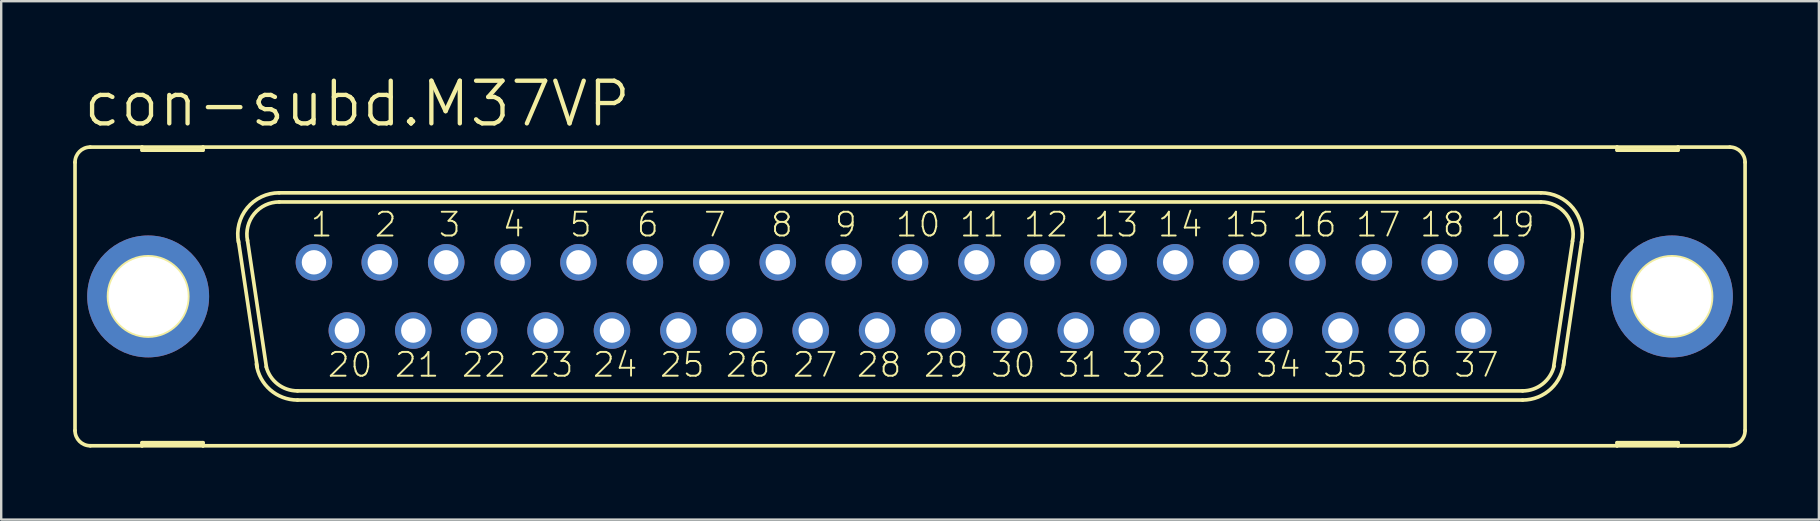
<source format=kicad_pcb>
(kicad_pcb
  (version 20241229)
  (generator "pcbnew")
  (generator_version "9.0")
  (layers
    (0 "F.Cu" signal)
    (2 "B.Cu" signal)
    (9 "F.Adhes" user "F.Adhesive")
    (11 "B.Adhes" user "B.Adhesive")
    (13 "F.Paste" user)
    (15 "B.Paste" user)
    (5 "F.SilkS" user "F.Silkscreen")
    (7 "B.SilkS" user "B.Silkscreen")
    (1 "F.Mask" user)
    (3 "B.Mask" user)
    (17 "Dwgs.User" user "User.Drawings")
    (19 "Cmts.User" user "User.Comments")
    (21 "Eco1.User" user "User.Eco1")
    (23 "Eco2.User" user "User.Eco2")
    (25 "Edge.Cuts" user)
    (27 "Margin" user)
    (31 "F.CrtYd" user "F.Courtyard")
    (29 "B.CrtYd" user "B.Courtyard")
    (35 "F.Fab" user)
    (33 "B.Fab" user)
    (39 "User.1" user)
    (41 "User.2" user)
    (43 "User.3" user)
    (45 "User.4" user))
  (footprint "con-subd.M37VP"
    (layer "F.Cu")
    (at 34.874 9.303)
    (property "Reference" "con-subd.M37VP" (at -34.544 -6.985 0) (layer "F.SilkS") (effects (font (size 1.778 1.778) (thickness 0.18)) (justify left bottom)))
    (attr through_hole)
    (fp_line (start -34.798 -5.588) (end -34.798 5.588) (stroke (width 0.152) (type default)) (layer "F.SilkS"))
    (fp_line (start -34.163 6.223) (end -32.004 6.223) (stroke (width 0.152) (type default)) (layer "F.SilkS"))
    (fp_line (start -32.004 -6.223) (end -34.163 -6.223) (stroke (width 0.152) (type default)) (layer "F.SilkS"))
    (fp_line (start -32.004 -6.223) (end -32.004 -6.096) (stroke (width 0.152) (type default)) (layer "F.SilkS"))
    (fp_line (start -32.004 -6.096) (end -29.464 -6.096) (stroke (width 0.152) (type default)) (layer "F.SilkS"))
    (fp_line (start -32.004 6.096) (end -29.464 6.096) (stroke (width 0.152) (type default)) (layer "F.SilkS"))
    (fp_line (start -32.004 6.223) (end -32.004 6.096) (stroke (width 0.152) (type default)) (layer "F.SilkS"))
    (fp_line (start -32.004 6.223) (end -29.464 6.223) (stroke (width 0.152) (type default)) (layer "F.SilkS"))
    (fp_line (start -29.464 -6.223) (end -32.004 -6.223) (stroke (width 0.152) (type default)) (layer "F.SilkS"))
    (fp_line (start -29.464 -6.096) (end -29.464 -6.223) (stroke (width 0.152) (type default)) (layer "F.SilkS"))
    (fp_line (start -29.464 6.096) (end -29.464 6.223) (stroke (width 0.152) (type default)) (layer "F.SilkS"))
    (fp_line (start -29.464 6.223) (end 29.464 6.223) (stroke (width 0.152) (type default)) (layer "F.SilkS"))
    (fp_line (start -27.203 2.946) (end -27.991 -2.337) (stroke (width 0.152) (type default)) (layer "F.SilkS"))
    (fp_line (start -26.822 2.946) (end -27.61 -2.337) (stroke (width 0.152) (type default)) (layer "F.SilkS"))
    (fp_line (start -26.289 -4.318) (end 26.289 -4.318) (stroke (width 0.152) (type default)) (layer "F.SilkS"))
    (fp_line (start -26.289 -3.937) (end 26.289 -3.937) (stroke (width 0.152) (type default)) (layer "F.SilkS"))
    (fp_line (start -25.527 3.937) (end 25.527 3.937) (stroke (width 0.152) (type default)) (layer "F.SilkS"))
    (fp_line (start -25.527 4.318) (end 25.527 4.318) (stroke (width 0.152) (type default)) (layer "F.SilkS"))
    (fp_line (start 27.61 -2.311) (end 26.822 2.921) (stroke (width 0.152) (type default)) (layer "F.SilkS"))
    (fp_line (start 27.991 -2.311) (end 27.229 2.87) (stroke (width 0.152) (type default)) (layer "F.SilkS"))
    (fp_line (start 29.464 -6.223) (end -29.464 -6.223) (stroke (width 0.152) (type default)) (layer "F.SilkS"))
    (fp_line (start 29.464 -6.223) (end 29.464 -6.096) (stroke (width 0.152) (type default)) (layer "F.SilkS"))
    (fp_line (start 29.464 -6.096) (end 32.004 -6.096) (stroke (width 0.152) (type default)) (layer "F.SilkS"))
    (fp_line (start 29.464 6.096) (end 32.004 6.096) (stroke (width 0.152) (type default)) (layer "F.SilkS"))
    (fp_line (start 29.464 6.223) (end 29.464 6.096) (stroke (width 0.152) (type default)) (layer "F.SilkS"))
    (fp_line (start 29.464 6.223) (end 32.004 6.223) (stroke (width 0.152) (type default)) (layer "F.SilkS"))
    (fp_line (start 32.004 -6.223) (end 29.464 -6.223) (stroke (width 0.152) (type default)) (layer "F.SilkS"))
    (fp_line (start 32.004 -6.096) (end 32.004 -6.223) (stroke (width 0.152) (type default)) (layer "F.SilkS"))
    (fp_line (start 32.004 6.096) (end 32.004 6.223) (stroke (width 0.152) (type default)) (layer "F.SilkS"))
    (fp_line (start 32.004 6.223) (end 34.163 6.223) (stroke (width 0.152) (type default)) (layer "F.SilkS"))
    (fp_line (start 34.163 -6.223) (end 32.004 -6.223) (stroke (width 0.152) (type default)) (layer "F.SilkS"))
    (fp_line (start 34.798 -5.588) (end 34.798 5.588) (stroke (width 0.152) (type default)) (layer "F.SilkS"))
    (fp_arc (start -34.798 -5.588) (mid -34.612013 -6.037013) (end -34.163 -6.223) (stroke (width 0.1524) (type default)) (layer "F.SilkS"))
    (fp_arc (start -34.163 6.223) (mid -34.612013 6.037013) (end -34.798 5.588) (stroke (width 0.1524) (type default)) (layer "F.SilkS"))
    (fp_arc (start -27.9827 -2.2521) (mid -27.624717 -3.685841) (end -26.289 -4.318) (stroke (width 0.1524) (type default)) (layer "F.SilkS"))
    (fp_arc (start -27.6091 -2.3268) (mid -27.330082 -3.444284) (end -26.289 -3.937) (stroke (width 0.1524) (type default)) (layer "F.SilkS"))
    (fp_arc (start -25.527 3.937) (mid -26.3505 3.655746) (end -26.8299 2.9295) (stroke (width 0.1524) (type default)) (layer "F.SilkS"))
    (fp_arc (start -25.527 4.318) (mid -26.664711 3.890312) (end -27.239 2.8191) (stroke (width 0.1524) (type default)) (layer "F.SilkS"))
    (fp_arc (start 26.289 -4.318) (mid 27.624812 -3.685867) (end 27.983 -2.2521) (stroke (width 0.1524) (type default)) (layer "F.SilkS"))
    (fp_arc (start 26.289 -3.937) (mid 27.337556 -3.435184) (end 27.6045 -2.3038) (stroke (width 0.1524) (type default)) (layer "F.SilkS"))
    (fp_arc (start 26.8357 2.905) (mid 26.360256 3.647874) (end 25.527 3.937) (stroke (width 0.1524) (type default)) (layer "F.SilkS"))
    (fp_arc (start 27.2513 2.6849) (mid 26.714366 3.844828) (end 25.527 4.318) (stroke (width 0.1524) (type default)) (layer "F.SilkS"))
    (fp_arc (start 34.163 -6.223) (mid 34.612013 -6.037013) (end 34.798 -5.588) (stroke (width 0.1524) (type default)) (layer "F.SilkS"))
    (fp_arc (start 34.798 5.588) (mid 34.612013 6.037013) (end 34.163 6.223) (stroke (width 0.1524) (type default)) (layer "F.SilkS"))
    (fp_circle (center -31.75 0) (end -30.099 0) (stroke (width 0.152) (type default)) (fill no) (layer "F.SilkS"))
    (fp_circle (center 31.75 0) (end 33.401 0) (stroke (width 0.152) (type default)) (fill no) (layer "F.SilkS"))
    (fp_circle (center -24.841 -1.422) (end -24.587 -1.422) (stroke (width 0.406) (type default)) (fill no) (layer "F.Fab"))
    (fp_circle (center -23.47 1.422) (end -23.216 1.422) (stroke (width 0.406) (type default)) (fill no) (layer "F.Fab"))
    (fp_circle (center -22.073 -1.422) (end -21.819 -1.422) (stroke (width 0.406) (type default)) (fill no) (layer "F.Fab"))
    (fp_circle (center -20.701 1.422) (end -20.447 1.422) (stroke (width 0.406) (type default)) (fill no) (layer "F.Fab"))
    (fp_circle (center -19.329 -1.422) (end -19.075 -1.422) (stroke (width 0.406) (type default)) (fill no) (layer "F.Fab"))
    (fp_circle (center -17.932 1.422) (end -17.678 1.422) (stroke (width 0.406) (type default)) (fill no) (layer "F.Fab"))
    (fp_circle (center -16.561 -1.422) (end -16.307 -1.422) (stroke (width 0.406) (type default)) (fill no) (layer "F.Fab"))
    (fp_circle (center -15.189 1.422) (end -14.935 1.422) (stroke (width 0.406) (type default)) (fill no) (layer "F.Fab"))
    (fp_circle (center -13.792 -1.422) (end -13.538 -1.422) (stroke (width 0.406) (type default)) (fill no) (layer "F.Fab"))
    (fp_circle (center -12.421 1.422) (end -12.167 1.422) (stroke (width 0.406) (type default)) (fill no) (layer "F.Fab"))
    (fp_circle (center -11.049 -1.422) (end -10.795 -1.422) (stroke (width 0.406) (type default)) (fill no) (layer "F.Fab"))
    (fp_circle (center -9.652 1.422) (end -9.398 1.422) (stroke (width 0.406) (type default)) (fill no) (layer "F.Fab"))
    (fp_circle (center -8.28 -1.422) (end -8.026 -1.422) (stroke (width 0.406) (type default)) (fill no) (layer "F.Fab"))
    (fp_circle (center -6.909 1.422) (end -6.655 1.422) (stroke (width 0.406) (type default)) (fill no) (layer "F.Fab"))
    (fp_circle (center -5.512 -1.422) (end -5.258 -1.422) (stroke (width 0.406) (type default)) (fill no) (layer "F.Fab"))
    (fp_circle (center -4.14 1.422) (end -3.886 1.422) (stroke (width 0.406) (type default)) (fill no) (layer "F.Fab"))
    (fp_circle (center -2.769 -1.422) (end -2.515 -1.422) (stroke (width 0.406) (type default)) (fill no) (layer "F.Fab"))
    (fp_circle (center -1.372 1.422) (end -1.118 1.422) (stroke (width 0.406) (type default)) (fill no) (layer "F.Fab"))
    (fp_circle (center 0 -1.422) (end 0.254 -1.422) (stroke (width 0.406) (type default)) (fill no) (layer "F.Fab"))
    (fp_circle (center 1.372 1.422) (end 1.626 1.422) (stroke (width 0.406) (type default)) (fill no) (layer "F.Fab"))
    (fp_circle (center 2.769 -1.422) (end 3.023 -1.422) (stroke (width 0.406) (type default)) (fill no) (layer "F.Fab"))
    (fp_circle (center 4.14 1.422) (end 4.394 1.422) (stroke (width 0.406) (type default)) (fill no) (layer "F.Fab"))
    (fp_circle (center 5.512 -1.422) (end 5.766 -1.422) (stroke (width 0.406) (type default)) (fill no) (layer "F.Fab"))
    (fp_circle (center 6.909 1.422) (end 7.163 1.422) (stroke (width 0.406) (type default)) (fill no) (layer "F.Fab"))
    (fp_circle (center 8.28 -1.422) (end 8.534 -1.422) (stroke (width 0.406) (type default)) (fill no) (layer "F.Fab"))
    (fp_circle (center 9.652 1.422) (end 9.906 1.422) (stroke (width 0.406) (type default)) (fill no) (layer "F.Fab"))
    (fp_circle (center 11.049 -1.422) (end 11.303 -1.422) (stroke (width 0.406) (type default)) (fill no) (layer "F.Fab"))
    (fp_circle (center 12.421 1.422) (end 12.675 1.422) (stroke (width 0.406) (type default)) (fill no) (layer "F.Fab"))
    (fp_circle (center 13.792 -1.422) (end 14.046 -1.422) (stroke (width 0.406) (type default)) (fill no) (layer "F.Fab"))
    (fp_circle (center 15.189 1.422) (end 15.443 1.422) (stroke (width 0.406) (type default)) (fill no) (layer "F.Fab"))
    (fp_circle (center 16.561 -1.422) (end 16.815 -1.422) (stroke (width 0.406) (type default)) (fill no) (layer "F.Fab"))
    (fp_circle (center 17.932 1.422) (end 18.186 1.422) (stroke (width 0.406) (type default)) (fill no) (layer "F.Fab"))
    (fp_circle (center 19.329 -1.422) (end 19.583 -1.422) (stroke (width 0.406) (type default)) (fill no) (layer "F.Fab"))
    (fp_circle (center 20.701 1.422) (end 20.955 1.422) (stroke (width 0.406) (type default)) (fill no) (layer "F.Fab"))
    (fp_circle (center 22.073 -1.422) (end 22.327 -1.422) (stroke (width 0.406) (type default)) (fill no) (layer "F.Fab"))
    (fp_circle (center 23.47 1.422) (end 23.724 1.422) (stroke (width 0.406) (type default)) (fill no) (layer "F.Fab"))
    (fp_circle (center 24.841 -1.422) (end 25.095 -1.422) (stroke (width 0.406) (type default)) (fill no) (layer "F.Fab"))
    (fp_text user "33" (at 11.557 3.429 0) (layer "F.SilkS") (effects (font (size 0.991 0.991) (thickness 0.08)) (justify left bottom)))
    (fp_text user "37" (at 22.606 3.429 0) (layer "F.SilkS") (effects (font (size 0.991 0.991) (thickness 0.08)) (justify left bottom)))
    (fp_text user "21" (at -21.539 3.429 0) (layer "F.SilkS") (effects (font (size 0.991 0.991) (thickness 0.08)) (justify left bottom)))
    (fp_text user "13" (at 7.595 -2.413 0) (layer "F.SilkS") (effects (font (size 0.991 0.991) (thickness 0.08)) (justify left bottom)))
    (fp_text user "34" (at 14.351 3.429 0) (layer "F.SilkS") (effects (font (size 0.991 0.991) (thickness 0.08)) (justify left bottom)))
    (fp_text user "4" (at -17.043 -2.413 0) (layer "F.SilkS") (effects (font (size 0.991 0.991) (thickness 0.08)) (justify left bottom)))
    (fp_text user "7" (at -8.661 -2.413 0) (layer "F.SilkS") (effects (font (size 0.991 0.991) (thickness 0.08)) (justify left bottom)))
    (fp_text user "12" (at 4.674 -2.413 0) (layer "F.SilkS") (effects (font (size 0.991 0.991) (thickness 0.08)) (justify left bottom)))
    (fp_text user "25" (at -10.49 3.429 0) (layer "F.SilkS") (effects (font (size 0.991 0.991) (thickness 0.08)) (justify left bottom)))
    (fp_text user "1" (at -25.044 -2.413 0) (layer "F.SilkS") (effects (font (size 0.991 0.991) (thickness 0.08)) (justify left bottom)))
    (fp_text user "5" (at -14.249 -2.413 0) (layer "F.SilkS") (effects (font (size 0.991 0.991) (thickness 0.08)) (justify left bottom)))
    (fp_text user "36" (at 19.812 3.429 0) (layer "F.SilkS") (effects (font (size 0.991 0.991) (thickness 0.08)) (justify left bottom)))
    (fp_text user "8" (at -5.867 -2.413 0) (layer "F.SilkS") (effects (font (size 0.991 0.991) (thickness 0.08)) (justify left bottom)))
    (fp_text user "2" (at -22.377 -2.413 0) (layer "F.SilkS") (effects (font (size 0.991 0.991) (thickness 0.08)) (justify left bottom)))
    (fp_text user "10" (at -0.66 -2.413 0) (layer "F.SilkS") (effects (font (size 0.991 0.991) (thickness 0.08)) (justify left bottom)))
    (fp_text user "26" (at -7.747 3.429 0) (layer "F.SilkS") (effects (font (size 0.991 0.991) (thickness 0.08)) (justify left bottom)))
    (fp_text user "31" (at 6.096 3.429 0) (layer "F.SilkS") (effects (font (size 0.991 0.991) (thickness 0.08)) (justify left bottom)))
    (fp_text user "24" (at -13.284 3.429 0) (layer "F.SilkS") (effects (font (size 0.991 0.991) (thickness 0.08)) (justify left bottom)))
    (fp_text user "29" (at 0.508 3.429 0) (layer "F.SilkS") (effects (font (size 0.991 0.991) (thickness 0.08)) (justify left bottom)))
    (fp_text user "27" (at -4.953 3.429 0) (layer "F.SilkS") (effects (font (size 0.991 0.991) (thickness 0.08)) (justify left bottom)))
    (fp_text user "20" (at -24.333 3.429 0) (layer "F.SilkS") (effects (font (size 0.991 0.991) (thickness 0.08)) (justify left bottom)))
    (fp_text user "3" (at -19.71 -2.413 0) (layer "F.SilkS") (effects (font (size 0.991 0.991) (thickness 0.08)) (justify left bottom)))
    (fp_text user "11" (at 2.007 -2.413 0) (layer "F.SilkS") (effects (font (size 0.991 0.991) (thickness 0.08)) (justify left bottom)))
    (fp_text user "9" (at -3.2 -2.413 0) (layer "F.SilkS") (effects (font (size 0.991 0.991) (thickness 0.08)) (justify left bottom)))
    (fp_text user "17" (at 18.517 -2.413 0) (layer "F.SilkS") (effects (font (size 0.991 0.991) (thickness 0.08)) (justify left bottom)))
    (fp_text user "32" (at 8.763 3.429 0) (layer "F.SilkS") (effects (font (size 0.991 0.991) (thickness 0.08)) (justify left bottom)))
    (fp_text user "28" (at -2.286 3.429 0) (layer "F.SilkS") (effects (font (size 0.991 0.991) (thickness 0.08)) (justify left bottom)))
    (fp_text user "15" (at 13.056 -2.413 0) (layer "F.SilkS") (effects (font (size 0.991 0.991) (thickness 0.08)) (justify left bottom)))
    (fp_text user "16" (at 15.85 -2.413 0) (layer "F.SilkS") (effects (font (size 0.991 0.991) (thickness 0.08)) (justify left bottom)))
    (fp_text user "18" (at 21.184 -2.413 0) (layer "F.SilkS") (effects (font (size 0.991 0.991) (thickness 0.08)) (justify left bottom)))
    (fp_text user "19" (at 24.105 -2.413 0) (layer "F.SilkS") (effects (font (size 0.991 0.991) (thickness 0.08)) (justify left bottom)))
    (fp_text user "22" (at -18.745 3.429 0) (layer "F.SilkS") (effects (font (size 0.991 0.991) (thickness 0.08)) (justify left bottom)))
    (fp_text user "6" (at -11.455 -2.413 0) (layer "F.SilkS") (effects (font (size 0.991 0.991) (thickness 0.08)) (justify left bottom)))
    (fp_text user "14" (at 10.262 -2.413 0) (layer "F.SilkS") (effects (font (size 0.991 0.991) (thickness 0.08)) (justify left bottom)))
    (fp_text user "30" (at 3.302 3.429 0) (layer "F.SilkS") (effects (font (size 0.991 0.991) (thickness 0.08)) (justify left bottom)))
    (fp_text user "35" (at 17.145 3.429 0) (layer "F.SilkS") (effects (font (size 0.991 0.991) (thickness 0.08)) (justify left bottom)))
    (fp_text user "23" (at -15.951 3.429 0) (layer "F.SilkS") (effects (font (size 0.991 0.991) (thickness 0.08)) (justify left bottom)))
    (pad "1" thru_hole circle (at -24.841 -1.422) (size 1.524 1.524) (drill 1.016) (layers "*.Cu" "*.Mask"))
    (pad "2" thru_hole circle (at -22.098 -1.422) (size 1.524 1.524) (drill 1.016) (layers "*.Cu" "*.Mask"))
    (pad "3" thru_hole circle (at -19.329 -1.422) (size 1.524 1.524) (drill 1.016) (layers "*.Cu" "*.Mask"))
    (pad "4" thru_hole circle (at -16.561 -1.422) (size 1.524 1.524) (drill 1.016) (layers "*.Cu" "*.Mask"))
    (pad "5" thru_hole circle (at -13.818 -1.422) (size 1.524 1.524) (drill 1.016) (layers "*.Cu" "*.Mask"))
    (pad "6" thru_hole circle (at -11.049 -1.422) (size 1.524 1.524) (drill 1.016) (layers "*.Cu" "*.Mask"))
    (pad "7" thru_hole circle (at -8.28 -1.422) (size 1.524 1.524) (drill 1.016) (layers "*.Cu" "*.Mask"))
    (pad "8" thru_hole circle (at -5.512 -1.422) (size 1.524 1.524) (drill 1.016) (layers "*.Cu" "*.Mask"))
    (pad "9" thru_hole circle (at -2.769 -1.422) (size 1.524 1.524) (drill 1.016) (layers "*.Cu" "*.Mask"))
    (pad "10" thru_hole circle (at 0 -1.422) (size 1.524 1.524) (drill 1.016) (layers "*.Cu" "*.Mask"))
    (pad "11" thru_hole circle (at 2.769 -1.422) (size 1.524 1.524) (drill 1.016) (layers "*.Cu" "*.Mask"))
    (pad "12" thru_hole circle (at 5.512 -1.422) (size 1.524 1.524) (drill 1.016) (layers "*.Cu" "*.Mask"))
    (pad "13" thru_hole circle (at 8.28 -1.422) (size 1.524 1.524) (drill 1.016) (layers "*.Cu" "*.Mask"))
    (pad "14" thru_hole circle (at 11.049 -1.422) (size 1.524 1.524) (drill 1.016) (layers "*.Cu" "*.Mask"))
    (pad "15" thru_hole circle (at 13.792 -1.422) (size 1.524 1.524) (drill 1.016) (layers "*.Cu" "*.Mask"))
    (pad "16" thru_hole circle (at 16.561 -1.422) (size 1.524 1.524) (drill 1.016) (layers "*.Cu" "*.Mask"))
    (pad "17" thru_hole circle (at 19.329 -1.422) (size 1.524 1.524) (drill 1.016) (layers "*.Cu" "*.Mask"))
    (pad "18" thru_hole circle (at 22.073 -1.422) (size 1.524 1.524) (drill 1.016) (layers "*.Cu" "*.Mask"))
    (pad "19" thru_hole circle (at 24.841 -1.422) (size 1.524 1.524) (drill 1.016) (layers "*.Cu" "*.Mask"))
    (pad "20" thru_hole circle (at -23.47 1.422) (size 1.524 1.524) (drill 1.016) (layers "*.Cu" "*.Mask"))
    (pad "21" thru_hole circle (at -20.701 1.422) (size 1.524 1.524) (drill 1.016) (layers "*.Cu" "*.Mask"))
    (pad "22" thru_hole circle (at -17.958 1.422) (size 1.524 1.524) (drill 1.016) (layers "*.Cu" "*.Mask"))
    (pad "23" thru_hole circle (at -15.189 1.422) (size 1.524 1.524) (drill 1.016) (layers "*.Cu" "*.Mask"))
    (pad "24" thru_hole circle (at -12.421 1.422) (size 1.524 1.524) (drill 1.016) (layers "*.Cu" "*.Mask"))
    (pad "25" thru_hole circle (at -9.652 1.422) (size 1.524 1.524) (drill 1.016) (layers "*.Cu" "*.Mask"))
    (pad "26" thru_hole circle (at -6.909 1.422) (size 1.524 1.524) (drill 1.016) (layers "*.Cu" "*.Mask"))
    (pad "27" thru_hole circle (at -4.14 1.422) (size 1.524 1.524) (drill 1.016) (layers "*.Cu" "*.Mask"))
    (pad "28" thru_hole circle (at -1.372 1.422) (size 1.524 1.524) (drill 1.016) (layers "*.Cu" "*.Mask"))
    (pad "29" thru_hole circle (at 1.372 1.422) (size 1.524 1.524) (drill 1.016) (layers "*.Cu" "*.Mask"))
    (pad "30" thru_hole circle (at 4.14 1.422) (size 1.524 1.524) (drill 1.016) (layers "*.Cu" "*.Mask"))
    (pad "31" thru_hole circle (at 6.909 1.422) (size 1.524 1.524) (drill 1.016) (layers "*.Cu" "*.Mask"))
    (pad "32" thru_hole circle (at 9.652 1.422) (size 1.524 1.524) (drill 1.016) (layers "*.Cu" "*.Mask"))
    (pad "33" thru_hole circle (at 12.421 1.422) (size 1.524 1.524) (drill 1.016) (layers "*.Cu" "*.Mask"))
    (pad "34" thru_hole circle (at 15.189 1.422) (size 1.524 1.524) (drill 1.016) (layers "*.Cu" "*.Mask"))
    (pad "35" thru_hole circle (at 17.932 1.422) (size 1.524 1.524) (drill 1.016) (layers "*.Cu" "*.Mask"))
    (pad "36" thru_hole circle (at 20.701 1.422) (size 1.524 1.524) (drill 1.016) (layers "*.Cu" "*.Mask"))
    (pad "37" thru_hole circle (at 23.47 1.422) (size 1.524 1.524) (drill 1.016) (layers "*.Cu" "*.Mask"))
    (pad "G1" thru_hole circle (at -31.75 0) (size 5.08 5.08) (drill 3.302) (layers "*.Cu" "*.Mask"))
    (pad "G2" thru_hole circle (at 31.75 0) (size 5.08 5.08) (drill 3.302) (layers "*.Cu" "*.Mask")))
  (gr_rect
    (start -3 -3)
    (end 72.748 18.602)
    (stroke (width 0.1) (type default))
    (fill no)
    (layer "Edge.Cuts")))
</source>
